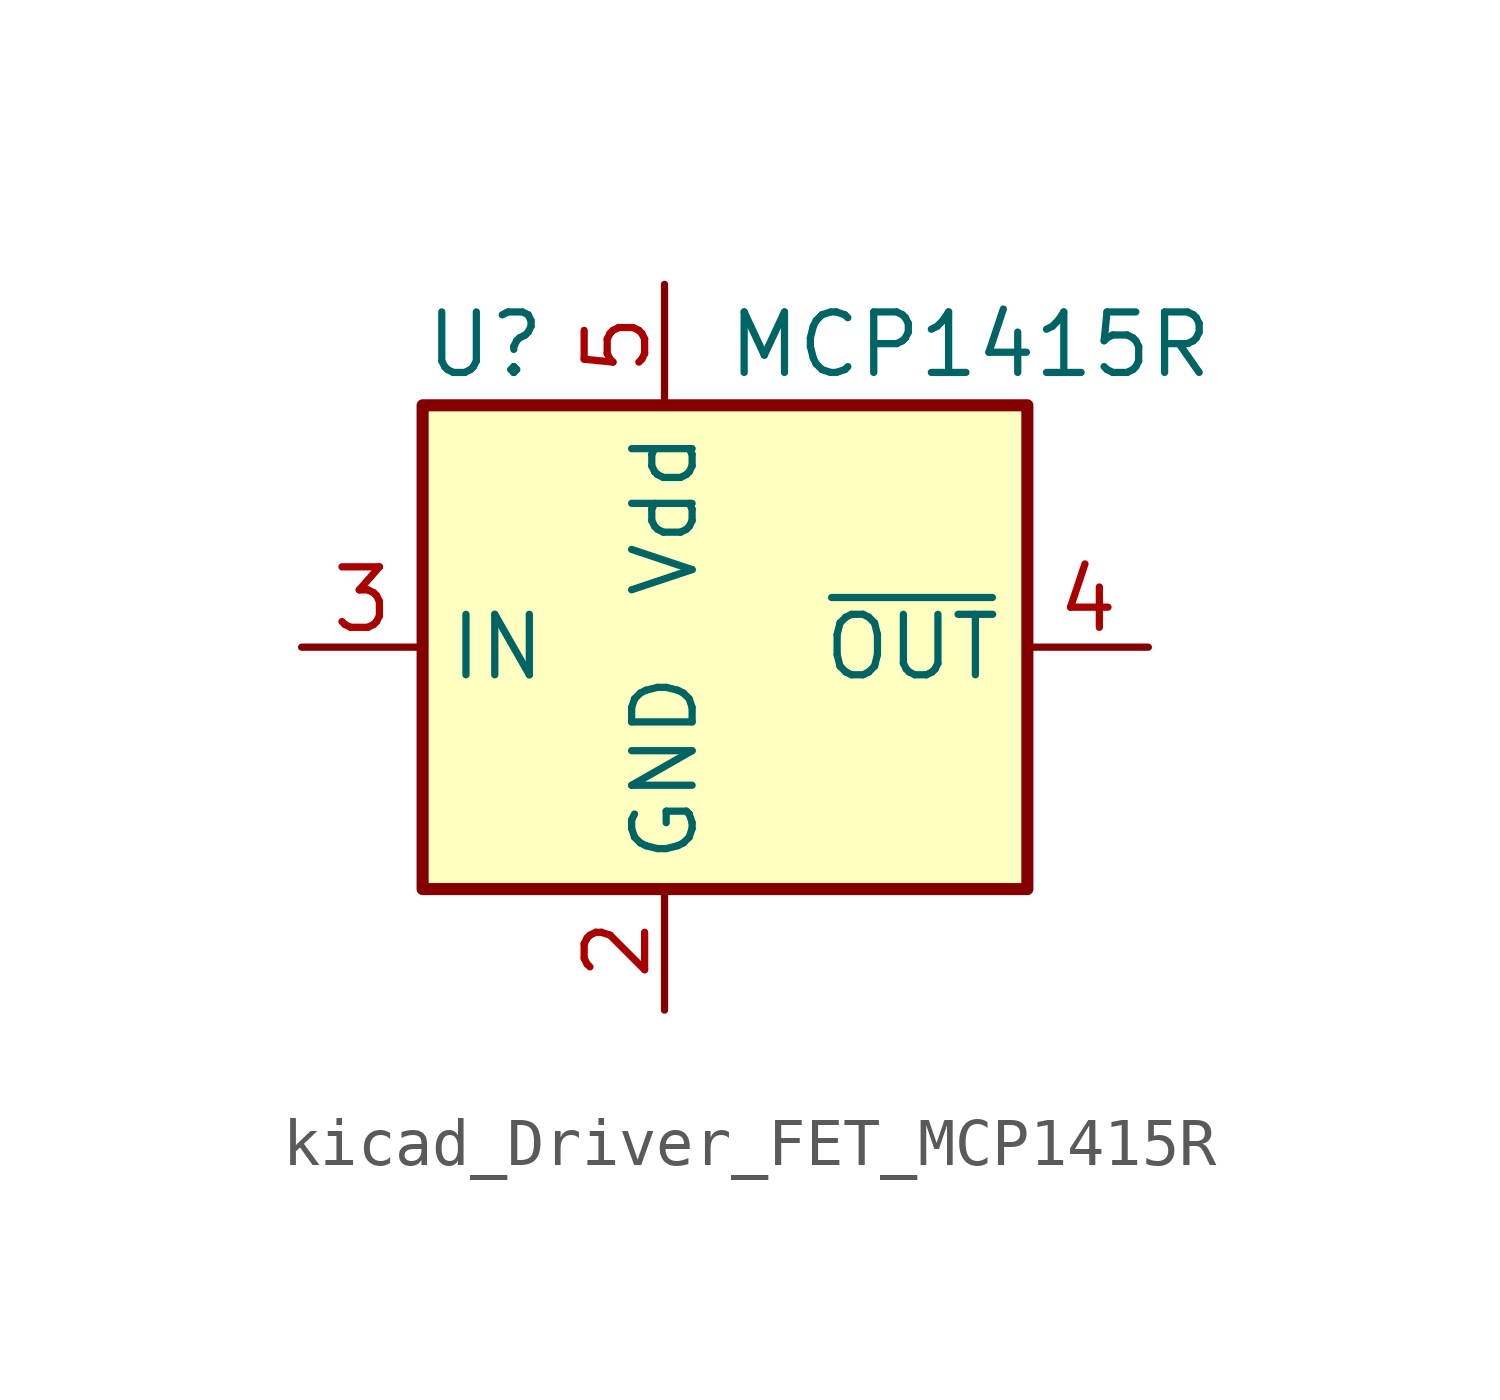
<source format=kicad_sym>
(kicad_symbol_lib
  (version 20220914)
  (generator kicad_symbol_editor)
  (symbol "kicad_Driver_FET_MCP1415R"
    (property "Reference" "U"
      (at -5.08 6.35 0)
      (effects (font (size 1.27 1.27)) (justify left)))
    (property "Value" "MCP1415R"
      (at 1.27 6.35 0)
      (effects (font (size 1.27 1.27)) (justify left)))
    (symbol "kicad_Driver_FET_MCP1415R_0_1"
      (rectangle (start -5.08 5.08) (end 7.62 -5.08) (stroke (width 0.254) (type default)) (fill (type background))))
    (symbol "kicad_Driver_FET_MCP1415R_1_1"
      (pin no_connect line (at 7.62 -2.54 180) (length 2.54) hide (name "NC" (effects (font (size 1.27 1.27)))) (number "1" (effects (font (size 1.27 1.27)))))
      (pin power_in line (at 0 -7.62 90) (length 2.54) (name "GND" (effects (font (size 1.27 1.27)))) (number "2" (effects (font (size 1.27 1.27)))))
      (pin input line (at -7.62 0 0) (length 2.54) (name "IN" (effects (font (size 1.27 1.27)))) (number "3" (effects (font (size 1.27 1.27)))))
      (pin output line (at 10.16 0 180) (length 2.54) (name "~{OUT}" (effects (font (size 1.27 1.27)))) (number "4" (effects (font (size 1.27 1.27)))))
      (pin power_in line (at 0 7.62 270) (length 2.54) (name "Vdd" (effects (font (size 1.27 1.27)))) (number "5" (effects (font (size 1.27 1.27))))))))
</source>
